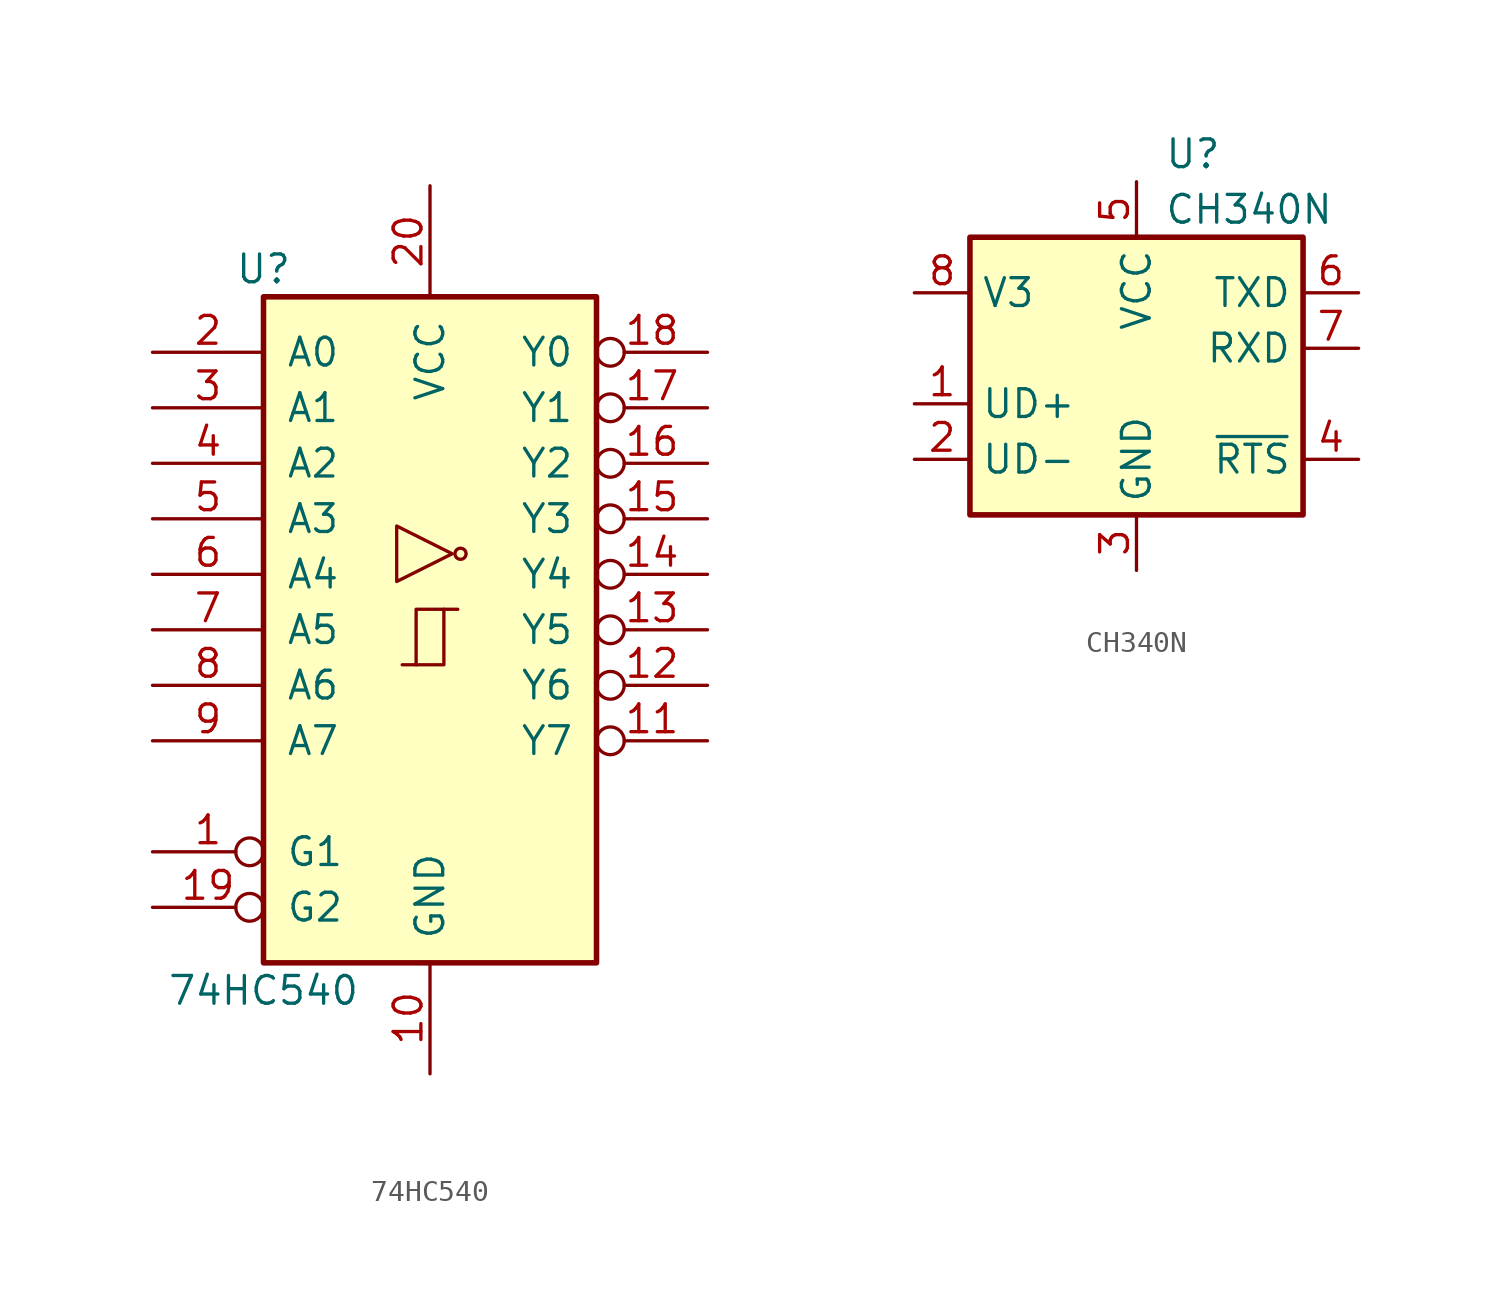
<source format=kicad_sym>
(kicad_symbol_lib
  (version 20211014)
  (generator kicad_symbol_editor)
  (symbol "74HC540"
    (pin_names
      (offset 1.016))
    (property "Reference" "U"
      (at -7.62 16.51 0)
      (effects (font (size 1.27 1.27))))
    (property "Value" "74HC540"
      (at -7.62 -16.51 0)
      (effects (font (size 1.27 1.27))))
    (symbol "74HC540_1_0"
      (polyline (pts (xy -0.635 -1.6) (xy -0.635 0.94) (xy 0.635 0.94)) (stroke (width 0) (type default) (color 0 0 0 0)) (fill (type none)))
      (polyline (pts (xy -1.27 -1.6) (xy 0.635 -1.6) (xy 0.635 0.94) (xy 1.27 0.94)) (stroke (width 0) (type default) (color 0 0 0 0)) (fill (type none)))
      (polyline (pts (xy 1.016 3.48) (xy -1.524 4.75) (xy -1.524 2.21) (xy 1.016 3.48)) (stroke (width 0.152) (type default) (color 0 0 0 0)) (fill (type none)))
      (circle (center 1.397 3.48) (radius 0.254) (stroke (width 0.152) (type default) (color 0 0 0 0)) (fill (type none)))
      (pin input inverted (at -12.7 -10.16 0) (length 5.08) (name "G1" (effects (font (size 1.27 1.27)))) (number "1" (effects (font (size 1.27 1.27)))))
      (pin power_in line (at 0 -20.32 90) (length 5.08) (name "GND" (effects (font (size 1.27 1.27)))) (number "10" (effects (font (size 1.27 1.27)))))
      (pin tri_state inverted (at 12.7 -5.08 180) (length 5.08) (name "Y7" (effects (font (size 1.27 1.27)))) (number "11" (effects (font (size 1.27 1.27)))))
      (pin tri_state inverted (at 12.7 -2.54 180) (length 5.08) (name "Y6" (effects (font (size 1.27 1.27)))) (number "12" (effects (font (size 1.27 1.27)))))
      (pin tri_state inverted (at 12.7 0 180) (length 5.08) (name "Y5" (effects (font (size 1.27 1.27)))) (number "13" (effects (font (size 1.27 1.27)))))
      (pin tri_state inverted (at 12.7 2.54 180) (length 5.08) (name "Y4" (effects (font (size 1.27 1.27)))) (number "14" (effects (font (size 1.27 1.27)))))
      (pin tri_state inverted (at 12.7 5.08 180) (length 5.08) (name "Y3" (effects (font (size 1.27 1.27)))) (number "15" (effects (font (size 1.27 1.27)))))
      (pin tri_state inverted (at 12.7 7.62 180) (length 5.08) (name "Y2" (effects (font (size 1.27 1.27)))) (number "16" (effects (font (size 1.27 1.27)))))
      (pin tri_state inverted (at 12.7 10.16 180) (length 5.08) (name "Y1" (effects (font (size 1.27 1.27)))) (number "17" (effects (font (size 1.27 1.27)))))
      (pin tri_state inverted (at 12.7 12.7 180) (length 5.08) (name "Y0" (effects (font (size 1.27 1.27)))) (number "18" (effects (font (size 1.27 1.27)))))
      (pin input inverted (at -12.7 -12.7 0) (length 5.08) (name "G2" (effects (font (size 1.27 1.27)))) (number "19" (effects (font (size 1.27 1.27)))))
      (pin input line (at -12.7 12.7 0) (length 5.08) (name "A0" (effects (font (size 1.27 1.27)))) (number "2" (effects (font (size 1.27 1.27)))))
      (pin power_in line (at 0 20.32 270) (length 5.08) (name "VCC" (effects (font (size 1.27 1.27)))) (number "20" (effects (font (size 1.27 1.27)))))
      (pin input line (at -12.7 10.16 0) (length 5.08) (name "A1" (effects (font (size 1.27 1.27)))) (number "3" (effects (font (size 1.27 1.27)))))
      (pin input line (at -12.7 7.62 0) (length 5.08) (name "A2" (effects (font (size 1.27 1.27)))) (number "4" (effects (font (size 1.27 1.27)))))
      (pin input line (at -12.7 5.08 0) (length 5.08) (name "A3" (effects (font (size 1.27 1.27)))) (number "5" (effects (font (size 1.27 1.27)))))
      (pin input line (at -12.7 2.54 0) (length 5.08) (name "A4" (effects (font (size 1.27 1.27)))) (number "6" (effects (font (size 1.27 1.27)))))
      (pin input line (at -12.7 0 0) (length 5.08) (name "A5" (effects (font (size 1.27 1.27)))) (number "7" (effects (font (size 1.27 1.27)))))
      (pin input line (at -12.7 -2.54 0) (length 5.08) (name "A6" (effects (font (size 1.27 1.27)))) (number "8" (effects (font (size 1.27 1.27)))))
      (pin input line (at -12.7 -5.08 0) (length 5.08) (name "A7" (effects (font (size 1.27 1.27)))) (number "9" (effects (font (size 1.27 1.27))))))
    (symbol "74HC540_1_1"
      (rectangle (start -7.62 15.24) (end 7.62 -15.24) (stroke (width 0.254) (type default) (color 0 0 0 0)) (fill (type background)))))
  (symbol "CH340N"
    (property "Reference" "U"
      (at 1.27 10.16 0)
      (effects (font (size 1.27 1.27)) (justify left)))
    (property "Value" "CH340N"
      (at 1.27 7.62 0)
      (effects (font (size 1.27 1.27)) (justify left)))
    (symbol "CH340N_0_1"
      (rectangle (start -7.62 6.35) (end 7.62 -6.35) (stroke (width 0.254) (type default) (color 0 0 0 0)) (fill (type background))))
    (symbol "CH340N_1_1"
      (pin bidirectional line (at -10.16 -1.27 0) (length 2.54) (name "UD+" (effects (font (size 1.27 1.27)))) (number "1" (effects (font (size 1.27 1.27)))))
      (pin bidirectional line (at -10.16 -3.81 0) (length 2.54) (name "UD-" (effects (font (size 1.27 1.27)))) (number "2" (effects (font (size 1.27 1.27)))))
      (pin power_in line (at 0 -8.89 90) (length 2.54) (name "GND" (effects (font (size 1.27 1.27)))) (number "3" (effects (font (size 1.27 1.27)))))
      (pin output line (at 10.16 -3.81 180) (length 2.54) (name "~{RTS}" (effects (font (size 1.27 1.27)))) (number "4" (effects (font (size 1.27 1.27)))))
      (pin power_in line (at 0 8.89 270) (length 2.54) (name "VCC" (effects (font (size 1.27 1.27)))) (number "5" (effects (font (size 1.27 1.27)))))
      (pin output line (at 10.16 3.81 180) (length 2.54) (name "TXD" (effects (font (size 1.27 1.27)))) (number "6" (effects (font (size 1.27 1.27)))))
      (pin input line (at 10.16 1.27 180) (length 2.54) (name "RXD" (effects (font (size 1.27 1.27)))) (number "7" (effects (font (size 1.27 1.27)))))
      (pin passive line (at -10.16 3.81 0) (length 2.54) (name "V3" (effects (font (size 1.27 1.27)))) (number "8" (effects (font (size 1.27 1.27))))))))
</source>
